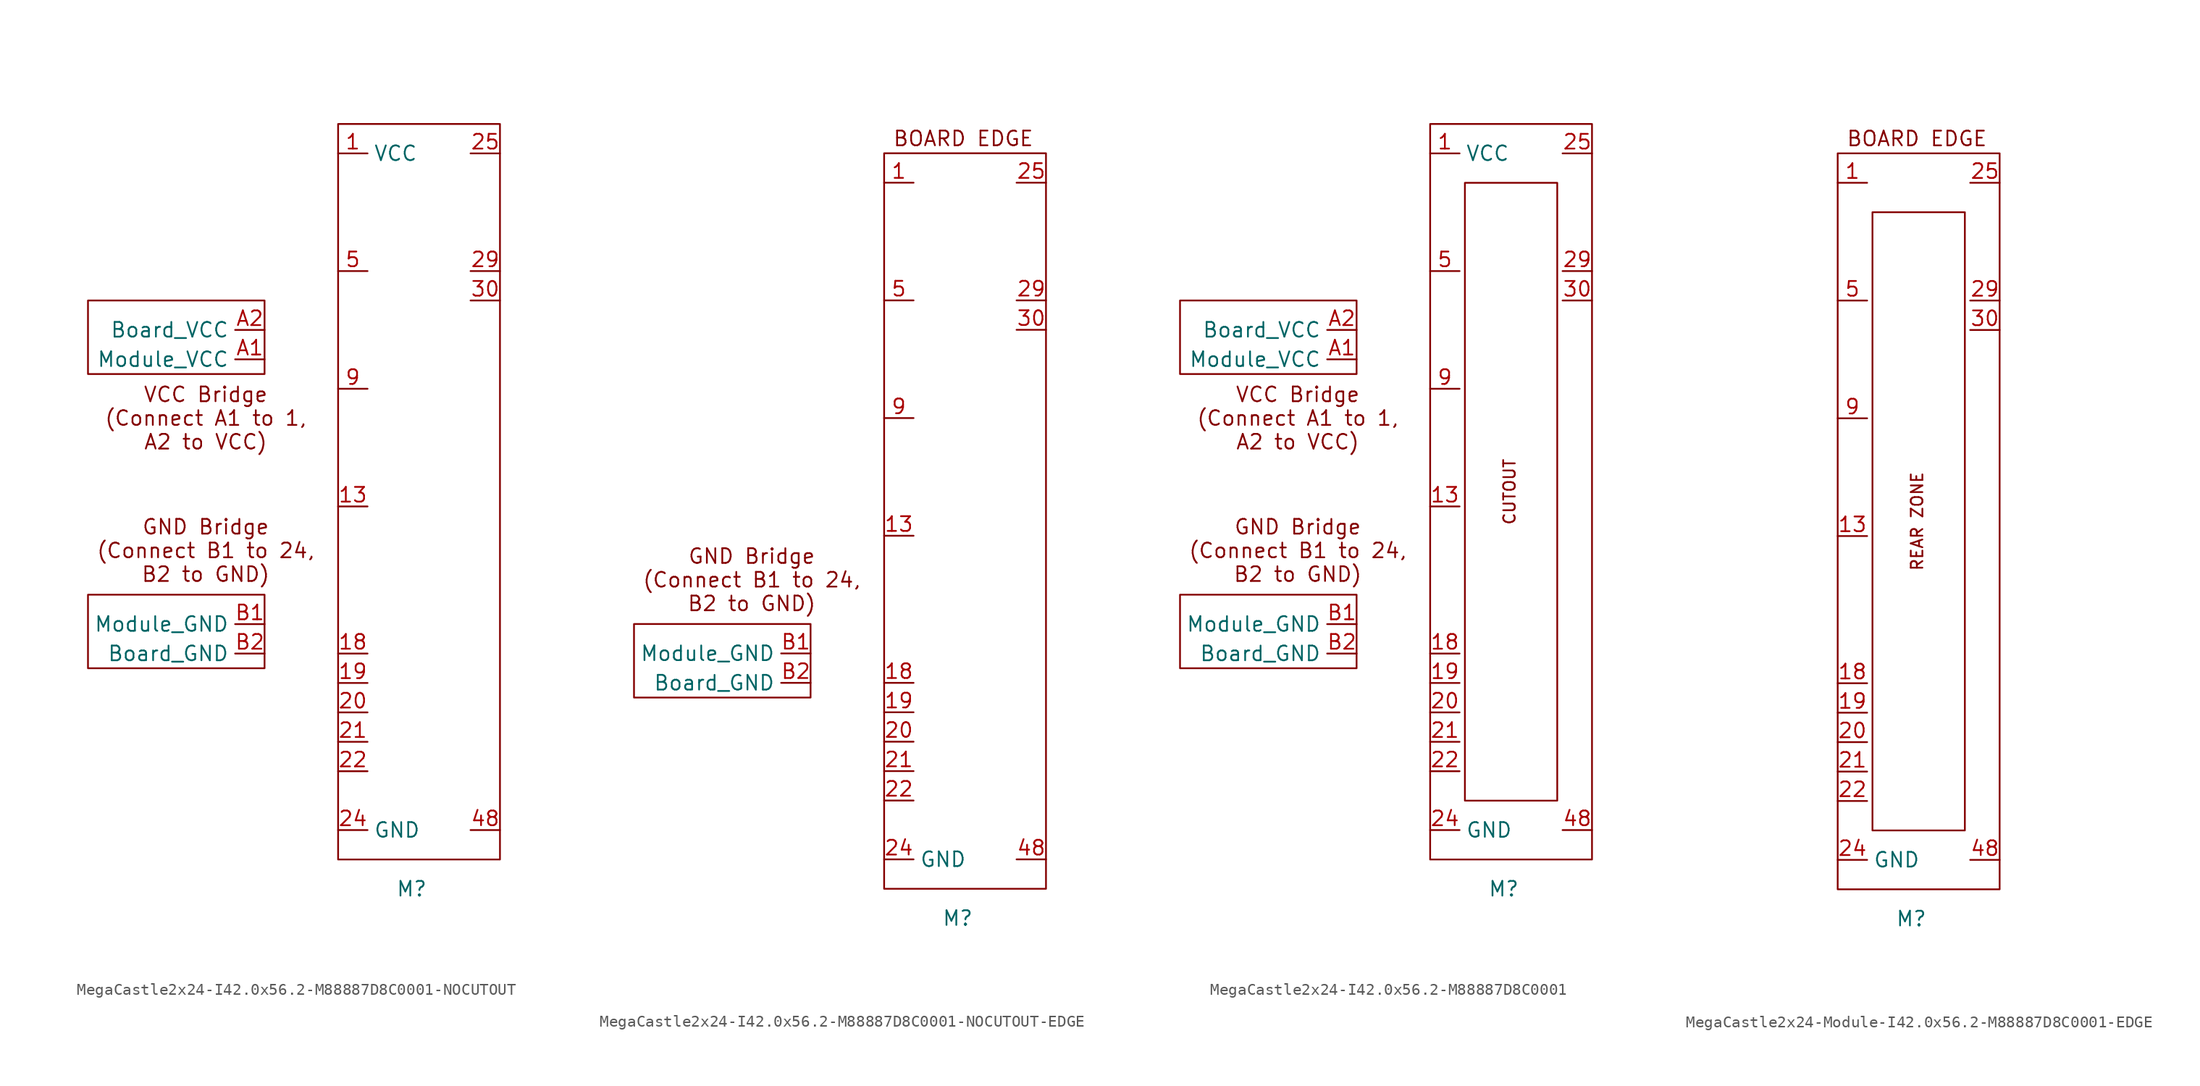
<source format=kicad_sym>
(kicad_symbol_lib
  (version 20241209)
  (generator "kicad_symbol_editor")
  (generator_version "9.0")
  (symbol "MegaCastle2x24-I42.0x56.2-M88887D8C0001-NOCUTOUT"
    (property "Reference" "M"
      (at 0 -34.29 0)
      (effects (font (size 1.27 1.27))))
    (property "Value" ""
      (at 0 5.08 0)
      (effects (font (size 1.27 1.27))))
    (symbol "MegaCastle2x24-I42.0x56.2-M88887D8C0001-NOCUTOUT_0_1"
      (rectangle (start -27.94 16.51) (end -12.7 10.16) (stroke (width 0) (type default)) (fill (type none)))
      (rectangle (start -27.94 -8.89) (end -12.7 -15.24) (stroke (width 0) (type default)) (fill (type none)))
      (rectangle (start -6.35 31.75) (end 7.62 -31.75) (stroke (width 0) (type default)) (fill (type none))))
    (symbol "MegaCastle2x24-I42.0x56.2-M88887D8C0001-NOCUTOUT_1_1"
      (text "VCC Bridge\n(Connect A1 to 1,\nA2 to VCC)" (at -17.78 6.35 0) (effects (font (size 1.27 1.27))))
      (text "GND Bridge\n(Connect B1 to 24,\nB2 to GND)" (at -17.78 -5.08 0) (effects (font (size 1.27 1.27))))
      (pin bidirectional line (at -12.7 13.97 180) (length 2.54) (name "Board_VCC" (effects (font (size 1.27 1.27)))) (number "A2" (effects (font (size 1.27 1.27)))))
      (pin bidirectional line (at -12.7 11.43 180) (length 2.54) (name "Module_VCC" (effects (font (size 1.27 1.27)))) (number "A1" (effects (font (size 1.27 1.27)))))
      (pin bidirectional line (at -12.7 -11.43 180) (length 2.54) (name "Module_GND" (effects (font (size 1.27 1.27)))) (number "B1" (effects (font (size 1.27 1.27)))))
      (pin bidirectional line (at -12.7 -13.97 180) (length 2.54) (name "Board_GND" (effects (font (size 1.27 1.27)))) (number "B2" (effects (font (size 1.27 1.27)))))
      (pin bidirectional line (at -6.35 29.21 0) (length 2.54) (name "VCC" (effects (font (size 1.27 1.27)))) (number "1" (effects (font (size 1.27 1.27)))))
      (pin bidirectional line (at -6.35 19.05 0) (length 2.54) (name "" (effects (font (size 1.27 1.27)))) (number "5" (effects (font (size 1.27 1.27)))))
      (pin bidirectional line (at -6.35 8.89 0) (length 2.54) (name "" (effects (font (size 1.27 1.27)))) (number "9" (effects (font (size 1.27 1.27)))))
      (pin bidirectional line (at -6.35 -1.27 0) (length 2.54) (name "" (effects (font (size 1.27 1.27)))) (number "13" (effects (font (size 1.27 1.27)))))
      (pin bidirectional line (at -6.35 -13.97 0) (length 2.54) (name "" (effects (font (size 1.27 1.27)))) (number "18" (effects (font (size 1.27 1.27)))))
      (pin bidirectional line (at -6.35 -16.51 0) (length 2.54) (name "" (effects (font (size 1.27 1.27)))) (number "19" (effects (font (size 1.27 1.27)))))
      (pin bidirectional line (at -6.35 -19.05 0) (length 2.54) (name "" (effects (font (size 1.27 1.27)))) (number "20" (effects (font (size 1.27 1.27)))))
      (pin bidirectional line (at -6.35 -21.59 0) (length 2.54) (name "" (effects (font (size 1.27 1.27)))) (number "21" (effects (font (size 1.27 1.27)))))
      (pin bidirectional line (at -6.35 -24.13 0) (length 2.54) (name "" (effects (font (size 1.27 1.27)))) (number "22" (effects (font (size 1.27 1.27)))))
      (pin bidirectional line (at -6.35 -29.21 0) (length 2.54) (name "GND" (effects (font (size 1.27 1.27)))) (number "24" (effects (font (size 1.27 1.27)))))
      (pin bidirectional line (at 7.62 29.21 180) (length 2.54) (name "" (effects (font (size 1.27 1.27)))) (number "25" (effects (font (size 1.27 1.27)))))
      (pin bidirectional line (at 7.62 19.05 180) (length 2.54) (name "" (effects (font (size 1.27 1.27)))) (number "29" (effects (font (size 1.27 1.27)))))
      (pin bidirectional line (at 7.62 16.51 180) (length 2.54) (name "" (effects (font (size 1.27 1.27)))) (number "30" (effects (font (size 1.27 1.27)))))
      (pin bidirectional line (at 7.62 -29.21 180) (length 2.54) (name "" (effects (font (size 1.27 1.27)))) (number "48" (effects (font (size 1.27 1.27)))))))
  (symbol "MegaCastle2x24-I42.0x56.2-M88887D8C0001-NOCUTOUT-EDGE"
    (property "Reference" "M"
      (at 0 -34.29 0)
      (effects (font (size 1.27 1.27))))
    (property "Value" ""
      (at 0 5.08 0)
      (effects (font (size 1.27 1.27))))
    (symbol "MegaCastle2x24-I42.0x56.2-M88887D8C0001-NOCUTOUT-EDGE_0_1"
      (rectangle (start -27.94 -8.89) (end -12.7 -15.24) (stroke (width 0) (type default)) (fill (type none)))
      (rectangle (start -6.35 31.75) (end 7.62 -31.75) (stroke (width 0) (type default)) (fill (type none))))
    (symbol "MegaCastle2x24-I42.0x56.2-M88887D8C0001-NOCUTOUT-EDGE_1_1"
      (text "GND Bridge\n(Connect B1 to 24,\nB2 to GND)" (at -17.78 -5.08 0) (effects (font (size 1.27 1.27))))
      (text " BOARD EDGE" (at 0 33.02 0) (effects (font (size 1.27 1.27))))
      (pin bidirectional line (at -12.7 -11.43 180) (length 2.54) (name "Module_GND" (effects (font (size 1.27 1.27)))) (number "B1" (effects (font (size 1.27 1.27)))))
      (pin bidirectional line (at -12.7 -13.97 180) (length 2.54) (name "Board_GND" (effects (font (size 1.27 1.27)))) (number "B2" (effects (font (size 1.27 1.27)))))
      (pin bidirectional line (at -6.35 29.21 0) (length 2.54) (name "" (effects (font (size 1.27 1.27)))) (number "1" (effects (font (size 1.27 1.27)))))
      (pin bidirectional line (at -6.35 19.05 0) (length 2.54) (name "" (effects (font (size 1.27 1.27)))) (number "5" (effects (font (size 1.27 1.27)))))
      (pin bidirectional line (at -6.35 8.89 0) (length 2.54) (name "" (effects (font (size 1.27 1.27)))) (number "9" (effects (font (size 1.27 1.27)))))
      (pin bidirectional line (at -6.35 -1.27 0) (length 2.54) (name "" (effects (font (size 1.27 1.27)))) (number "13" (effects (font (size 1.27 1.27)))))
      (pin bidirectional line (at -6.35 -13.97 0) (length 2.54) (name "" (effects (font (size 1.27 1.27)))) (number "18" (effects (font (size 1.27 1.27)))))
      (pin bidirectional line (at -6.35 -16.51 0) (length 2.54) (name "" (effects (font (size 1.27 1.27)))) (number "19" (effects (font (size 1.27 1.27)))))
      (pin bidirectional line (at -6.35 -19.05 0) (length 2.54) (name "" (effects (font (size 1.27 1.27)))) (number "20" (effects (font (size 1.27 1.27)))))
      (pin bidirectional line (at -6.35 -21.59 0) (length 2.54) (name "" (effects (font (size 1.27 1.27)))) (number "21" (effects (font (size 1.27 1.27)))))
      (pin bidirectional line (at -6.35 -24.13 0) (length 2.54) (name "" (effects (font (size 1.27 1.27)))) (number "22" (effects (font (size 1.27 1.27)))))
      (pin bidirectional line (at -6.35 -29.21 0) (length 2.54) (name "GND" (effects (font (size 1.27 1.27)))) (number "24" (effects (font (size 1.27 1.27)))))
      (pin bidirectional line (at 7.62 29.21 180) (length 2.54) (name "" (effects (font (size 1.27 1.27)))) (number "25" (effects (font (size 1.27 1.27)))))
      (pin bidirectional line (at 7.62 19.05 180) (length 2.54) (name "" (effects (font (size 1.27 1.27)))) (number "29" (effects (font (size 1.27 1.27)))))
      (pin bidirectional line (at 7.62 16.51 180) (length 2.54) (name "" (effects (font (size 1.27 1.27)))) (number "30" (effects (font (size 1.27 1.27)))))
      (pin bidirectional line (at 7.62 -29.21 180) (length 2.54) (name "" (effects (font (size 1.27 1.27)))) (number "48" (effects (font (size 1.27 1.27)))))))
  (symbol "MegaCastle2x24-I42.0x56.2-M88887D8C0001"
    (property "Reference" "M"
      (at 0 -34.29 0)
      (effects (font (size 1.27 1.27))))
    (property "Value" ""
      (at 0 5.08 0)
      (effects (font (size 1.27 1.27))))
    (symbol "MegaCastle2x24-I42.0x56.2-M88887D8C0001_0_1"
      (rectangle (start -27.94 16.51) (end -12.7 10.16) (stroke (width 0) (type default)) (fill (type none)))
      (rectangle (start -27.94 -8.89) (end -12.7 -15.24) (stroke (width 0) (type default)) (fill (type none)))
      (rectangle (start -6.35 31.75) (end 7.62 -31.75) (stroke (width 0) (type default)) (fill (type none)))
      (rectangle (start -3.35 26.67) (end 4.62 -26.67) (stroke (width 0) (type default)) (fill (type none))))
    (symbol "MegaCastle2x24-I42.0x56.2-M88887D8C0001_1_1"
      (text "VCC Bridge\n(Connect A1 to 1,\nA2 to VCC)" (at -17.78 6.35 0) (effects (font (size 1.27 1.27))))
      (text "GND Bridge\n(Connect B1 to 24,\nB2 to GND)" (at -17.78 -5.08 0) (effects (font (size 1.27 1.27))))
      (text "CUTOUT" (at 0.5 0 900) (effects (font (size 1 1))))
      (pin bidirectional line (at -12.7 13.97 180) (length 2.54) (name "Board_VCC" (effects (font (size 1.27 1.27)))) (number "A2" (effects (font (size 1.27 1.27)))))
      (pin bidirectional line (at -12.7 11.43 180) (length 2.54) (name "Module_VCC" (effects (font (size 1.27 1.27)))) (number "A1" (effects (font (size 1.27 1.27)))))
      (pin bidirectional line (at -12.7 -11.43 180) (length 2.54) (name "Module_GND" (effects (font (size 1.27 1.27)))) (number "B1" (effects (font (size 1.27 1.27)))))
      (pin bidirectional line (at -12.7 -13.97 180) (length 2.54) (name "Board_GND" (effects (font (size 1.27 1.27)))) (number "B2" (effects (font (size 1.27 1.27)))))
      (pin bidirectional line (at -6.35 29.21 0) (length 2.54) (name "VCC" (effects (font (size 1.27 1.27)))) (number "1" (effects (font (size 1.27 1.27)))))
      (pin bidirectional line (at -6.35 19.05 0) (length 2.54) (name "" (effects (font (size 1.27 1.27)))) (number "5" (effects (font (size 1.27 1.27)))))
      (pin bidirectional line (at -6.35 8.89 0) (length 2.54) (name "" (effects (font (size 1.27 1.27)))) (number "9" (effects (font (size 1.27 1.27)))))
      (pin bidirectional line (at -6.35 -1.27 0) (length 2.54) (name "" (effects (font (size 1.27 1.27)))) (number "13" (effects (font (size 1.27 1.27)))))
      (pin bidirectional line (at -6.35 -13.97 0) (length 2.54) (name "" (effects (font (size 1.27 1.27)))) (number "18" (effects (font (size 1.27 1.27)))))
      (pin bidirectional line (at -6.35 -16.51 0) (length 2.54) (name "" (effects (font (size 1.27 1.27)))) (number "19" (effects (font (size 1.27 1.27)))))
      (pin bidirectional line (at -6.35 -19.05 0) (length 2.54) (name "" (effects (font (size 1.27 1.27)))) (number "20" (effects (font (size 1.27 1.27)))))
      (pin bidirectional line (at -6.35 -21.59 0) (length 2.54) (name "" (effects (font (size 1.27 1.27)))) (number "21" (effects (font (size 1.27 1.27)))))
      (pin bidirectional line (at -6.35 -24.13 0) (length 2.54) (name "" (effects (font (size 1.27 1.27)))) (number "22" (effects (font (size 1.27 1.27)))))
      (pin bidirectional line (at -6.35 -29.21 0) (length 2.54) (name "GND" (effects (font (size 1.27 1.27)))) (number "24" (effects (font (size 1.27 1.27)))))
      (pin bidirectional line (at 7.62 29.21 180) (length 2.54) (name "" (effects (font (size 1.27 1.27)))) (number "25" (effects (font (size 1.27 1.27)))))
      (pin bidirectional line (at 7.62 19.05 180) (length 2.54) (name "" (effects (font (size 1.27 1.27)))) (number "29" (effects (font (size 1.27 1.27)))))
      (pin bidirectional line (at 7.62 16.51 180) (length 2.54) (name "" (effects (font (size 1.27 1.27)))) (number "30" (effects (font (size 1.27 1.27)))))
      (pin bidirectional line (at 7.62 -29.21 180) (length 2.54) (name "" (effects (font (size 1.27 1.27)))) (number "48" (effects (font (size 1.27 1.27)))))))
  (symbol "MegaCastle2x24-Module-I42.0x56.2-M88887D8C0001-EDGE"
    (property "Reference" "M"
      (at 0 -34.29 0)
      (effects (font (size 1.27 1.27))))
    (property "Value" ""
      (at 0 5.08 0)
      (effects (font (size 1.27 1.27))))
    (symbol "MegaCastle2x24-Module-I42.0x56.2-M88887D8C0001-EDGE_0_1"
      (rectangle (start -6.35 31.75) (end 7.62 -31.75) (stroke (width 0) (type default)) (fill (type none)))
      (rectangle (start -3.35 26.67) (end 4.62 -26.67) (stroke (width 0) (type default)) (fill (type none))))
    (symbol "MegaCastle2x24-Module-I42.0x56.2-M88887D8C0001-EDGE_1_1"
      (text " BOARD EDGE" (at 0 33.02 0) (effects (font (size 1.27 1.27))))
      (text "REAR ZONE" (at 0.5 0 900) (effects (font (size 1 1))))
      (pin bidirectional line (at -6.35 29.21 0) (length 2.54) (name "" (effects (font (size 1.27 1.27)))) (number "1" (effects (font (size 1.27 1.27)))))
      (pin bidirectional line (at -6.35 19.05 0) (length 2.54) (name "" (effects (font (size 1.27 1.27)))) (number "5" (effects (font (size 1.27 1.27)))))
      (pin bidirectional line (at -6.35 8.89 0) (length 2.54) (name "" (effects (font (size 1.27 1.27)))) (number "9" (effects (font (size 1.27 1.27)))))
      (pin bidirectional line (at -6.35 -1.27 0) (length 2.54) (name "" (effects (font (size 1.27 1.27)))) (number "13" (effects (font (size 1.27 1.27)))))
      (pin bidirectional line (at -6.35 -13.97 0) (length 2.54) (name "" (effects (font (size 1.27 1.27)))) (number "18" (effects (font (size 1.27 1.27)))))
      (pin bidirectional line (at -6.35 -16.51 0) (length 2.54) (name "" (effects (font (size 1.27 1.27)))) (number "19" (effects (font (size 1.27 1.27)))))
      (pin bidirectional line (at -6.35 -19.05 0) (length 2.54) (name "" (effects (font (size 1.27 1.27)))) (number "20" (effects (font (size 1.27 1.27)))))
      (pin bidirectional line (at -6.35 -21.59 0) (length 2.54) (name "" (effects (font (size 1.27 1.27)))) (number "21" (effects (font (size 1.27 1.27)))))
      (pin bidirectional line (at -6.35 -24.13 0) (length 2.54) (name "" (effects (font (size 1.27 1.27)))) (number "22" (effects (font (size 1.27 1.27)))))
      (pin bidirectional line (at -6.35 -29.21 0) (length 2.54) (name "GND" (effects (font (size 1.27 1.27)))) (number "24" (effects (font (size 1.27 1.27)))))
      (pin bidirectional line (at 7.62 29.21 180) (length 2.54) (name "" (effects (font (size 1.27 1.27)))) (number "25" (effects (font (size 1.27 1.27)))))
      (pin bidirectional line (at 7.62 19.05 180) (length 2.54) (name "" (effects (font (size 1.27 1.27)))) (number "29" (effects (font (size 1.27 1.27)))))
      (pin bidirectional line (at 7.62 16.51 180) (length 2.54) (name "" (effects (font (size 1.27 1.27)))) (number "30" (effects (font (size 1.27 1.27)))))
      (pin bidirectional line (at 7.62 -29.21 180) (length 2.54) (name "" (effects (font (size 1.27 1.27)))) (number "48" (effects (font (size 1.27 1.27))))))))
</source>
